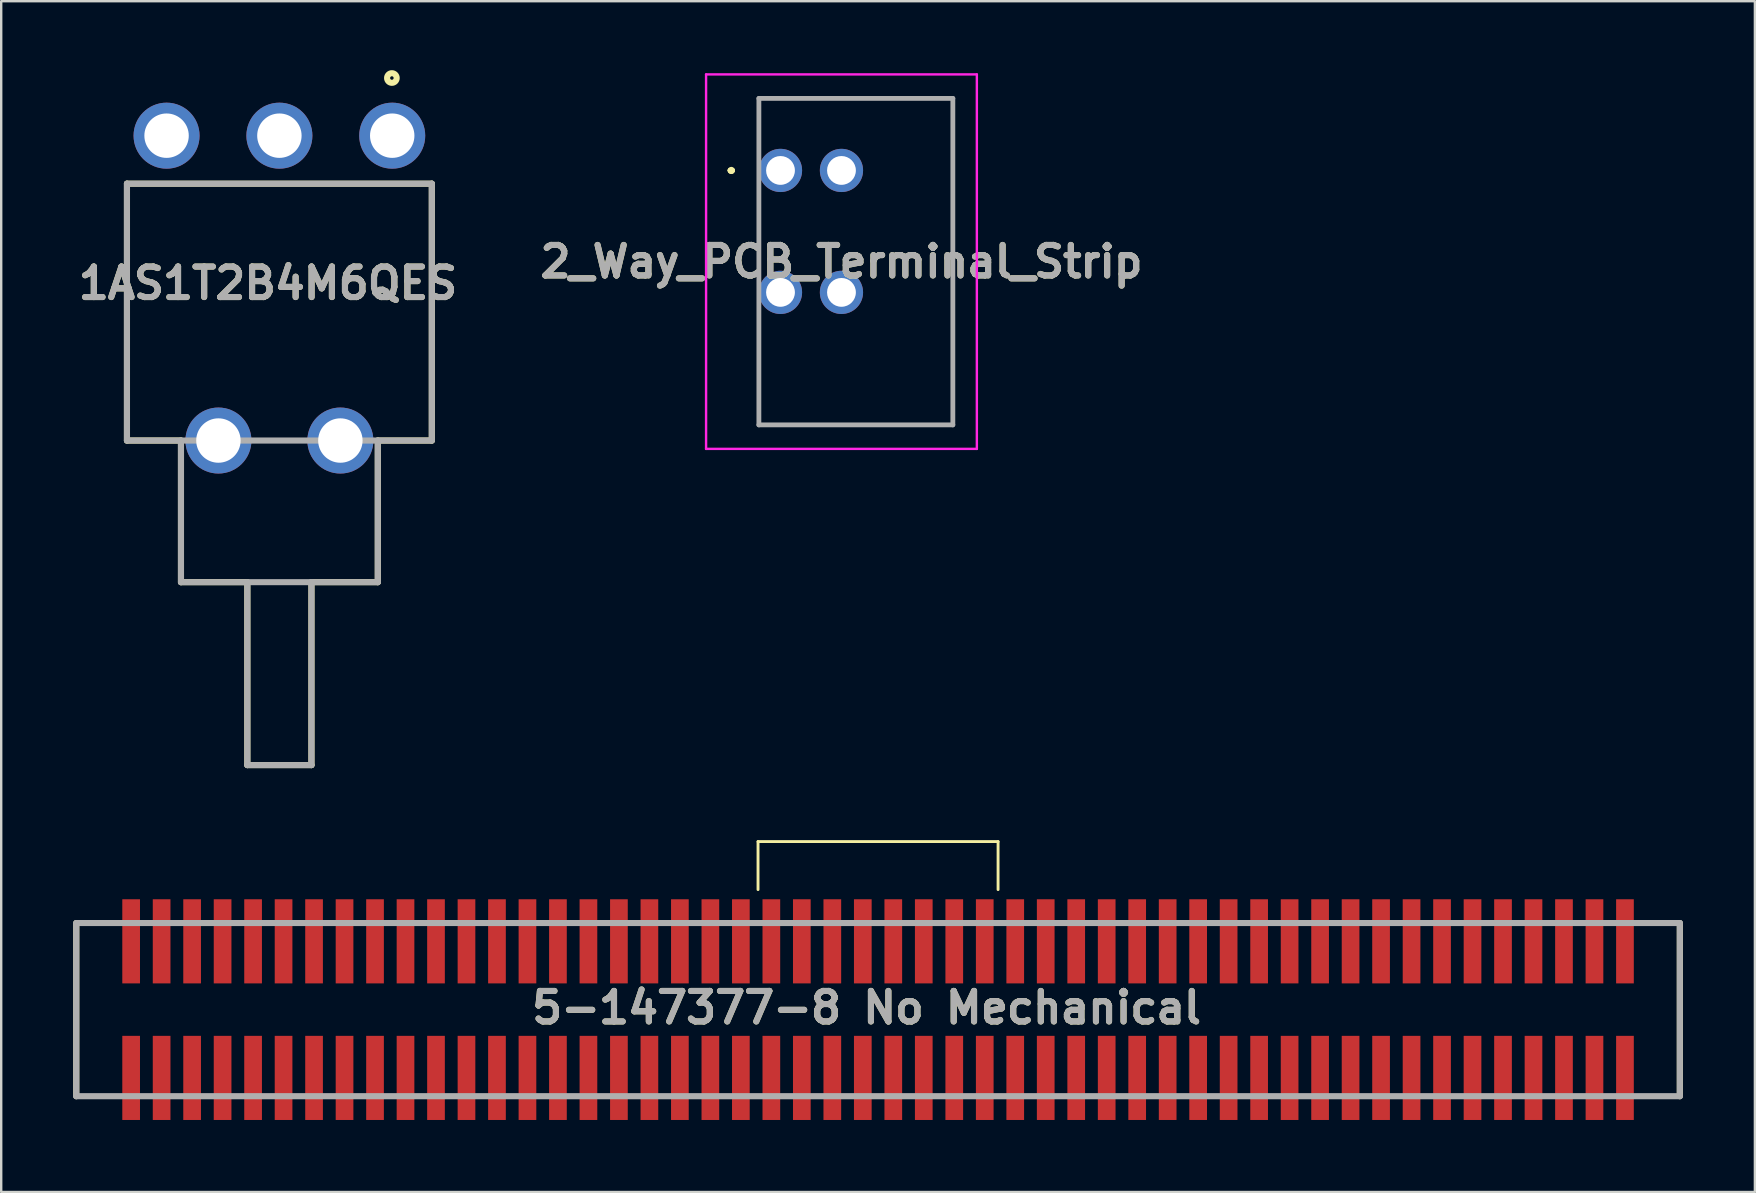
<source format=kicad_pcb>
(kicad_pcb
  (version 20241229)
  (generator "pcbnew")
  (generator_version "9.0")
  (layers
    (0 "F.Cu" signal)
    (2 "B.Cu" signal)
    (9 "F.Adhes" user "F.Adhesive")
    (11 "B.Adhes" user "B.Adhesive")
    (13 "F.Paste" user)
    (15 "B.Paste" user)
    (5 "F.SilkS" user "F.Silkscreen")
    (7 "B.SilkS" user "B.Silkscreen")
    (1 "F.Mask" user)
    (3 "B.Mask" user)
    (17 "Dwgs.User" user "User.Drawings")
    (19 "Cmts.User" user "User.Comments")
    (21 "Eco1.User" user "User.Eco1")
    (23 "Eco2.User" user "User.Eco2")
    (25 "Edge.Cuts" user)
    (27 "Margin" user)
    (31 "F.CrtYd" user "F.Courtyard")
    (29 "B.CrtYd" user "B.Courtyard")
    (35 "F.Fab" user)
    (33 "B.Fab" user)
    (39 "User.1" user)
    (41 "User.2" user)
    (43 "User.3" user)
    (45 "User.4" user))
  (footprint "5-147377-8 No Mechanical"
    (layer "F.Cu")
    (at 33.528 39.009)
    (property "Reference" "5-147377-8 No Mechanical" (at -0.477 -0.082 0) (layer "F.SilkS") (effects (font (size 1.27 1.27) (thickness 0.254))))
    (attr smd)
    (fp_line (start -33.401 -3.607) (end -33.401 3.607) (stroke (width 0.254) (type solid)) (layer "F.SilkS"))
    (fp_line (start -5 -7) (end 5 -7) (stroke (width 0.12) (type default)) (layer "F.SilkS"))
    (fp_line (start -5 -5) (end -5 -7) (stroke (width 0.12) (type default)) (layer "F.SilkS"))
    (fp_line (start 5 -7) (end 5 -5) (stroke (width 0.12) (type default)) (layer "F.SilkS"))
    (fp_line (start 33.401 3.607) (end 33.401 -3.607) (stroke (width 0.254) (type solid)) (layer "F.SilkS"))
    (fp_line (start -33.401 -3.607) (end 33.401 -3.607) (stroke (width 0.254) (type solid)) (layer "F.Fab"))
    (fp_line (start -33.401 3.607) (end -33.401 -3.607) (stroke (width 0.254) (type solid)) (layer "F.Fab"))
    (fp_line (start 33.401 -3.607) (end 33.401 3.607) (stroke (width 0.254) (type solid)) (layer "F.Fab"))
    (fp_line (start 33.401 3.607) (end -33.401 3.607) (stroke (width 0.254) (type solid)) (layer "F.Fab"))
    (fp_text user "${REFERENCE}" (at -0.477 -0.082 0) (layer "F.Fab") (effects (font (size 1.27 1.27) (thickness 0.254))))
    (pad "1" smd rect (at -31.115 -2.845) (size 0.737 3.505) (layers "F.Cu" "F.Mask" "F.Paste"))
    (pad "2" smd rect (at -29.845 -2.845) (size 0.737 3.505) (layers "F.Cu" "F.Mask" "F.Paste"))
    (pad "3" smd rect (at -28.575 -2.845) (size 0.737 3.505) (layers "F.Cu" "F.Mask" "F.Paste"))
    (pad "4" smd rect (at -27.305 -2.845) (size 0.737 3.505) (layers "F.Cu" "F.Mask" "F.Paste"))
    (pad "5" smd rect (at -26.035 -2.845) (size 0.737 3.505) (layers "F.Cu" "F.Mask" "F.Paste"))
    (pad "6" smd rect (at -24.765 -2.845) (size 0.737 3.505) (layers "F.Cu" "F.Mask" "F.Paste"))
    (pad "7" smd rect (at -23.495 -2.845) (size 0.737 3.505) (layers "F.Cu" "F.Mask" "F.Paste"))
    (pad "8" smd rect (at -22.225 -2.845) (size 0.737 3.505) (layers "F.Cu" "F.Mask" "F.Paste"))
    (pad "9" smd rect (at -20.955 -2.845) (size 0.737 3.505) (layers "F.Cu" "F.Mask" "F.Paste"))
    (pad "10" smd rect (at -19.685 -2.845) (size 0.737 3.505) (layers "F.Cu" "F.Mask" "F.Paste"))
    (pad "11" smd rect (at -18.415 -2.845) (size 0.737 3.505) (layers "F.Cu" "F.Mask" "F.Paste"))
    (pad "12" smd rect (at -17.145 -2.845) (size 0.737 3.505) (layers "F.Cu" "F.Mask" "F.Paste"))
    (pad "13" smd rect (at -15.875 -2.845) (size 0.737 3.505) (layers "F.Cu" "F.Mask" "F.Paste"))
    (pad "14" smd rect (at -14.605 -2.845) (size 0.737 3.505) (layers "F.Cu" "F.Mask" "F.Paste"))
    (pad "15" smd rect (at -13.335 -2.845) (size 0.737 3.505) (layers "F.Cu" "F.Mask" "F.Paste"))
    (pad "16" smd rect (at -12.065 -2.845) (size 0.737 3.505) (layers "F.Cu" "F.Mask" "F.Paste"))
    (pad "17" smd rect (at -10.795 -2.845) (size 0.737 3.505) (layers "F.Cu" "F.Mask" "F.Paste"))
    (pad "18" smd rect (at -9.525 -2.845) (size 0.737 3.505) (layers "F.Cu" "F.Mask" "F.Paste"))
    (pad "19" smd rect (at -8.255 -2.845) (size 0.737 3.505) (layers "F.Cu" "F.Mask" "F.Paste"))
    (pad "20" smd rect (at -6.985 -2.845) (size 0.737 3.505) (layers "F.Cu" "F.Mask" "F.Paste"))
    (pad "21" smd rect (at -5.715 -2.845) (size 0.737 3.505) (layers "F.Cu" "F.Mask" "F.Paste"))
    (pad "22" smd rect (at -4.445 -2.845) (size 0.737 3.505) (layers "F.Cu" "F.Mask" "F.Paste"))
    (pad "23" smd rect (at -3.175 -2.845) (size 0.737 3.505) (layers "F.Cu" "F.Mask" "F.Paste"))
    (pad "24" smd rect (at -1.905 -2.845) (size 0.737 3.505) (layers "F.Cu" "F.Mask" "F.Paste"))
    (pad "25" smd rect (at -0.635 -2.845) (size 0.737 3.505) (layers "F.Cu" "F.Mask" "F.Paste"))
    (pad "26" smd rect (at 0.635 -2.845) (size 0.737 3.505) (layers "F.Cu" "F.Mask" "F.Paste"))
    (pad "27" smd rect (at 1.905 -2.845) (size 0.737 3.505) (layers "F.Cu" "F.Mask" "F.Paste"))
    (pad "28" smd rect (at 3.175 -2.845) (size 0.737 3.505) (layers "F.Cu" "F.Mask" "F.Paste"))
    (pad "29" smd rect (at 4.445 -2.845) (size 0.737 3.505) (layers "F.Cu" "F.Mask" "F.Paste"))
    (pad "30" smd rect (at 5.715 -2.845) (size 0.737 3.505) (layers "F.Cu" "F.Mask" "F.Paste"))
    (pad "31" smd rect (at 6.985 -2.845) (size 0.737 3.505) (layers "F.Cu" "F.Mask" "F.Paste"))
    (pad "32" smd rect (at 8.255 -2.845) (size 0.737 3.505) (layers "F.Cu" "F.Mask" "F.Paste"))
    (pad "33" smd rect (at 9.525 -2.845) (size 0.737 3.505) (layers "F.Cu" "F.Mask" "F.Paste"))
    (pad "34" smd rect (at 10.795 -2.845) (size 0.737 3.505) (layers "F.Cu" "F.Mask" "F.Paste"))
    (pad "35" smd rect (at 12.065 -2.845) (size 0.737 3.505) (layers "F.Cu" "F.Mask" "F.Paste"))
    (pad "36" smd rect (at 13.335 -2.845) (size 0.737 3.505) (layers "F.Cu" "F.Mask" "F.Paste"))
    (pad "37" smd rect (at 14.605 -2.845) (size 0.737 3.505) (layers "F.Cu" "F.Mask" "F.Paste"))
    (pad "38" smd rect (at 15.875 -2.845) (size 0.737 3.505) (layers "F.Cu" "F.Mask" "F.Paste"))
    (pad "39" smd rect (at 17.145 -2.845) (size 0.737 3.505) (layers "F.Cu" "F.Mask" "F.Paste"))
    (pad "40" smd rect (at 18.415 -2.845) (size 0.737 3.505) (layers "F.Cu" "F.Mask" "F.Paste"))
    (pad "41" smd rect (at 19.685 -2.845) (size 0.737 3.505) (layers "F.Cu" "F.Mask" "F.Paste"))
    (pad "42" smd rect (at 20.955 -2.845) (size 0.737 3.505) (layers "F.Cu" "F.Mask" "F.Paste"))
    (pad "43" smd rect (at 22.225 -2.845) (size 0.737 3.505) (layers "F.Cu" "F.Mask" "F.Paste"))
    (pad "44" smd rect (at 23.495 -2.845) (size 0.737 3.505) (layers "F.Cu" "F.Mask" "F.Paste"))
    (pad "45" smd rect (at 24.765 -2.845) (size 0.737 3.505) (layers "F.Cu" "F.Mask" "F.Paste"))
    (pad "46" smd rect (at 26.035 -2.845) (size 0.737 3.505) (layers "F.Cu" "F.Mask" "F.Paste"))
    (pad "47" smd rect (at 27.305 -2.845) (size 0.737 3.505) (layers "F.Cu" "F.Mask" "F.Paste"))
    (pad "48" smd rect (at 28.575 -2.845) (size 0.737 3.505) (layers "F.Cu" "F.Mask" "F.Paste"))
    (pad "49" smd rect (at 29.845 -2.845) (size 0.737 3.505) (layers "F.Cu" "F.Mask" "F.Paste"))
    (pad "50" smd rect (at 31.115 -2.845) (size 0.737 3.505) (layers "F.Cu" "F.Mask" "F.Paste"))
    (pad "51" smd rect (at -31.115 2.845) (size 0.737 3.505) (layers "F.Cu" "F.Mask" "F.Paste"))
    (pad "52" smd rect (at -29.845 2.845) (size 0.737 3.505) (layers "F.Cu" "F.Mask" "F.Paste"))
    (pad "53" smd rect (at -28.575 2.845) (size 0.737 3.505) (layers "F.Cu" "F.Mask" "F.Paste"))
    (pad "54" smd rect (at -27.305 2.845) (size 0.737 3.505) (layers "F.Cu" "F.Mask" "F.Paste"))
    (pad "55" smd rect (at -26.035 2.845) (size 0.737 3.505) (layers "F.Cu" "F.Mask" "F.Paste"))
    (pad "56" smd rect (at -24.765 2.845) (size 0.737 3.505) (layers "F.Cu" "F.Mask" "F.Paste"))
    (pad "57" smd rect (at -23.495 2.845) (size 0.737 3.505) (layers "F.Cu" "F.Mask" "F.Paste"))
    (pad "58" smd rect (at -22.225 2.845) (size 0.737 3.505) (layers "F.Cu" "F.Mask" "F.Paste"))
    (pad "59" smd rect (at -20.955 2.845) (size 0.737 3.505) (layers "F.Cu" "F.Mask" "F.Paste"))
    (pad "60" smd rect (at -19.685 2.845) (size 0.737 3.505) (layers "F.Cu" "F.Mask" "F.Paste"))
    (pad "61" smd rect (at -18.415 2.845) (size 0.737 3.505) (layers "F.Cu" "F.Mask" "F.Paste"))
    (pad "62" smd rect (at -17.145 2.845) (size 0.737 3.505) (layers "F.Cu" "F.Mask" "F.Paste"))
    (pad "63" smd rect (at -15.875 2.845) (size 0.737 3.505) (layers "F.Cu" "F.Mask" "F.Paste"))
    (pad "64" smd rect (at -14.605 2.845) (size 0.737 3.505) (layers "F.Cu" "F.Mask" "F.Paste"))
    (pad "65" smd rect (at -13.335 2.845) (size 0.737 3.505) (layers "F.Cu" "F.Mask" "F.Paste"))
    (pad "66" smd rect (at -12.065 2.845) (size 0.737 3.505) (layers "F.Cu" "F.Mask" "F.Paste"))
    (pad "67" smd rect (at -10.795 2.845) (size 0.737 3.505) (layers "F.Cu" "F.Mask" "F.Paste"))
    (pad "68" smd rect (at -9.525 2.845) (size 0.737 3.505) (layers "F.Cu" "F.Mask" "F.Paste"))
    (pad "69" smd rect (at -8.255 2.845) (size 0.737 3.505) (layers "F.Cu" "F.Mask" "F.Paste"))
    (pad "70" smd rect (at -6.985 2.845) (size 0.737 3.505) (layers "F.Cu" "F.Mask" "F.Paste"))
    (pad "71" smd rect (at -5.715 2.845) (size 0.737 3.505) (layers "F.Cu" "F.Mask" "F.Paste"))
    (pad "72" smd rect (at -4.445 2.845) (size 0.737 3.505) (layers "F.Cu" "F.Mask" "F.Paste"))
    (pad "73" smd rect (at -3.175 2.845) (size 0.737 3.505) (layers "F.Cu" "F.Mask" "F.Paste"))
    (pad "74" smd rect (at -1.905 2.845) (size 0.737 3.505) (layers "F.Cu" "F.Mask" "F.Paste"))
    (pad "75" smd rect (at -0.635 2.845) (size 0.737 3.505) (layers "F.Cu" "F.Mask" "F.Paste"))
    (pad "76" smd rect (at 0.635 2.845) (size 0.737 3.505) (layers "F.Cu" "F.Mask" "F.Paste"))
    (pad "77" smd rect (at 1.905 2.845) (size 0.737 3.505) (layers "F.Cu" "F.Mask" "F.Paste"))
    (pad "78" smd rect (at 3.175 2.845) (size 0.737 3.505) (layers "F.Cu" "F.Mask" "F.Paste"))
    (pad "79" smd rect (at 4.445 2.845) (size 0.737 3.505) (layers "F.Cu" "F.Mask" "F.Paste"))
    (pad "80" smd rect (at 5.715 2.845) (size 0.737 3.505) (layers "F.Cu" "F.Mask" "F.Paste"))
    (pad "81" smd rect (at 6.985 2.845) (size 0.737 3.505) (layers "F.Cu" "F.Mask" "F.Paste"))
    (pad "82" smd rect (at 8.255 2.845) (size 0.737 3.505) (layers "F.Cu" "F.Mask" "F.Paste"))
    (pad "83" smd rect (at 9.525 2.845) (size 0.737 3.505) (layers "F.Cu" "F.Mask" "F.Paste"))
    (pad "84" smd rect (at 10.795 2.845) (size 0.737 3.505) (layers "F.Cu" "F.Mask" "F.Paste"))
    (pad "85" smd rect (at 12.065 2.845) (size 0.737 3.505) (layers "F.Cu" "F.Mask" "F.Paste"))
    (pad "86" smd rect (at 13.335 2.845) (size 0.737 3.505) (layers "F.Cu" "F.Mask" "F.Paste"))
    (pad "87" smd rect (at 14.605 2.845) (size 0.737 3.505) (layers "F.Cu" "F.Mask" "F.Paste"))
    (pad "88" smd rect (at 15.875 2.845) (size 0.737 3.505) (layers "F.Cu" "F.Mask" "F.Paste"))
    (pad "89" smd rect (at 17.145 2.845) (size 0.737 3.505) (layers "F.Cu" "F.Mask" "F.Paste"))
    (pad "90" smd rect (at 18.415 2.845) (size 0.737 3.505) (layers "F.Cu" "F.Mask" "F.Paste"))
    (pad "91" smd rect (at 19.685 2.845) (size 0.737 3.505) (layers "F.Cu" "F.Mask" "F.Paste"))
    (pad "92" smd rect (at 20.955 2.845) (size 0.737 3.505) (layers "F.Cu" "F.Mask" "F.Paste"))
    (pad "93" smd rect (at 22.225 2.845) (size 0.737 3.505) (layers "F.Cu" "F.Mask" "F.Paste"))
    (pad "94" smd rect (at 23.495 2.845) (size 0.737 3.505) (layers "F.Cu" "F.Mask" "F.Paste"))
    (pad "95" smd rect (at 24.765 2.845) (size 0.737 3.505) (layers "F.Cu" "F.Mask" "F.Paste"))
    (pad "96" smd rect (at 26.035 2.845) (size 0.737 3.505) (layers "F.Cu" "F.Mask" "F.Paste"))
    (pad "97" smd rect (at 27.305 2.845) (size 0.737 3.505) (layers "F.Cu" "F.Mask" "F.Paste"))
    (pad "98" smd rect (at 28.575 2.845) (size 0.737 3.505) (layers "F.Cu" "F.Mask" "F.Paste"))
    (pad "99" smd rect (at 29.845 2.845) (size 0.737 3.505) (layers "F.Cu" "F.Mask" "F.Paste"))
    (pad "100" smd rect (at 31.115 2.845) (size 0.737 3.505) (layers "F.Cu" "F.Mask" "F.Paste")))
  (footprint "2_Way_PCB_Terminal_Strip"
    (layer "F.Cu")
    (at 29.464 4.05)
    (property "Reference" "2_Way_PCB_Terminal_Strip" (at 2.54 3.8 0) (layer "F.SilkS") (effects (font (size 1.27 1.27) (thickness 0.254))))
    (attr through_hole)
    (fp_line (start -2.1 0) (end -2.1 0) (stroke (width 0.2) (type solid)) (layer "F.SilkS"))
    (fp_line (start -2.1 0) (end -2.1 0) (stroke (width 0.2) (type solid)) (layer "F.SilkS"))
    (fp_line (start -2 0) (end -2 0) (stroke (width 0.2) (type solid)) (layer "F.SilkS"))
    (fp_line (start -0.9 -3) (end -0.9 -3) (stroke (width 0.1) (type solid)) (layer "F.SilkS"))
    (fp_line (start -0.9 -3) (end -0.9 -3) (stroke (width 0.1) (type solid)) (layer "F.SilkS"))
    (fp_line (start -0.9 -3) (end -0.9 -1.25) (stroke (width 0.1) (type solid)) (layer "F.SilkS"))
    (fp_line (start -0.9 -3) (end 7.18 -3) (stroke (width 0.1) (type solid)) (layer "F.SilkS"))
    (fp_line (start -0.9 -1.25) (end -0.9 -3) (stroke (width 0.1) (type solid)) (layer "F.SilkS"))
    (fp_line (start -0.9 -1.25) (end -0.9 -1.25) (stroke (width 0.1) (type solid)) (layer "F.SilkS"))
    (fp_line (start -0.9 1.25) (end -0.9 1.25) (stroke (width 0.1) (type solid)) (layer "F.SilkS"))
    (fp_line (start -0.9 1.25) (end -0.9 3.75) (stroke (width 0.1) (type solid)) (layer "F.SilkS"))
    (fp_line (start -0.9 3.75) (end -0.9 1.25) (stroke (width 0.1) (type solid)) (layer "F.SilkS"))
    (fp_line (start -0.9 3.75) (end -0.9 3.75) (stroke (width 0.1) (type solid)) (layer "F.SilkS"))
    (fp_line (start -0.9 6.25) (end -0.9 6.25) (stroke (width 0.1) (type solid)) (layer "F.SilkS"))
    (fp_line (start -0.9 6.25) (end -0.9 10.6) (stroke (width 0.1) (type solid)) (layer "F.SilkS"))
    (fp_line (start -0.9 10.6) (end -0.9 6.25) (stroke (width 0.1) (type solid)) (layer "F.SilkS"))
    (fp_line (start -0.9 10.6) (end -0.9 10.6) (stroke (width 0.1) (type solid)) (layer "F.SilkS"))
    (fp_line (start -0.9 10.6) (end -0.9 10.6) (stroke (width 0.1) (type solid)) (layer "F.SilkS"))
    (fp_line (start -0.9 10.6) (end 7.18 10.6) (stroke (width 0.1) (type solid)) (layer "F.SilkS"))
    (fp_line (start 7.18 -3) (end -0.9 -3) (stroke (width 0.1) (type solid)) (layer "F.SilkS"))
    (fp_line (start 7.18 -3) (end 7.18 -3) (stroke (width 0.1) (type solid)) (layer "F.SilkS"))
    (fp_line (start 7.18 -3) (end 7.18 -3) (stroke (width 0.1) (type solid)) (layer "F.SilkS"))
    (fp_line (start 7.18 -3) (end 7.18 10.6) (stroke (width 0.1) (type solid)) (layer "F.SilkS"))
    (fp_line (start 7.18 10.6) (end -0.9 10.6) (stroke (width 0.1) (type solid)) (layer "F.SilkS"))
    (fp_line (start 7.18 10.6) (end 7.18 -3) (stroke (width 0.1) (type solid)) (layer "F.SilkS"))
    (fp_line (start 7.18 10.6) (end 7.18 10.6) (stroke (width 0.1) (type solid)) (layer "F.SilkS"))
    (fp_line (start 7.18 10.6) (end 7.18 10.6) (stroke (width 0.1) (type solid)) (layer "F.SilkS"))
    (fp_arc (start -2.1 0) (mid -2.05 -0.05) (end -2 0) (stroke (width 0.2) (type solid)) (layer "F.SilkS"))
    (fp_arc (start -2 0) (mid -2.05 0.05) (end -2.1 0) (stroke (width 0.2) (type solid)) (layer "F.SilkS"))
    (fp_arc (start -2 0) (mid -2.05 0.05) (end -2.1 0) (stroke (width 0.2) (type solid)) (layer "F.SilkS"))
    (fp_line (start -3.1 -4) (end 8.18 -4) (stroke (width 0.1) (type solid)) (layer "F.CrtYd"))
    (fp_line (start -3.1 11.6) (end -3.1 -4) (stroke (width 0.1) (type solid)) (layer "F.CrtYd"))
    (fp_line (start 8.18 -4) (end 8.18 11.6) (stroke (width 0.1) (type solid)) (layer "F.CrtYd"))
    (fp_line (start 8.18 11.6) (end -3.1 11.6) (stroke (width 0.1) (type solid)) (layer "F.CrtYd"))
    (fp_line (start -0.9 -3) (end -0.9 10.6) (stroke (width 0.2) (type solid)) (layer "F.Fab"))
    (fp_line (start -0.9 10.6) (end 7.18 10.6) (stroke (width 0.2) (type solid)) (layer "F.Fab"))
    (fp_line (start 7.18 -3) (end -0.9 -3) (stroke (width 0.2) (type solid)) (layer "F.Fab"))
    (fp_line (start 7.18 10.6) (end 7.18 -3) (stroke (width 0.2) (type solid)) (layer "F.Fab"))
    (fp_text user "${REFERENCE}" (at 2.54 3.8 0) (layer "F.Fab") (effects (font (size 1.27 1.27) (thickness 0.254))))
    (pad "1" thru_hole circle (at 0 0) (size 1.8 1.8) (drill 1.2) (layers "*.Cu" "*.Mask"))
    (pad "2" thru_hole circle (at 0 5.08) (size 1.8 1.8) (drill 1.2) (layers "*.Cu" "*.Mask"))
    (pad "3" thru_hole circle (at 2.54 0) (size 1.8 1.8) (drill 1.2) (layers "*.Cu" "*.Mask"))
    (pad "4" thru_hole circle (at 2.54 5.08) (size 1.8 1.8) (drill 1.2) (layers "*.Cu" "*.Mask")))
  (footprint "1AS1T2B4M6QES"
    (layer "F.Cu")
    (at 8.589 21.202)
    (property "Reference" "1AS1T2B4M6QES" (at -0.473 -12.452 0) (layer "F.SilkS") (effects (font (size 1.27 1.27) (thickness 0.254))))
    (attr through_hole)
    (fp_line (start -6.35 -16.6) (end -6.35 -5.9) (stroke (width 0.254) (type solid)) (layer "F.SilkS"))
    (fp_line (start -6.35 -5.9) (end -4.1 -5.9) (stroke (width 0.254) (type solid)) (layer "F.SilkS"))
    (fp_line (start -4.1 -5.9) (end -4.1 0) (stroke (width 0.254) (type solid)) (layer "F.SilkS"))
    (fp_line (start -4.1 0) (end -1.335 0) (stroke (width 0.254) (type solid)) (layer "F.SilkS"))
    (fp_line (start -1.335 0) (end -1.335 7.62) (stroke (width 0.254) (type solid)) (layer "F.SilkS"))
    (fp_line (start -1.335 7.62) (end 1.335 7.62) (stroke (width 0.254) (type solid)) (layer "F.SilkS"))
    (fp_line (start 1.335 0) (end 4.1 0) (stroke (width 0.254) (type solid)) (layer "F.SilkS"))
    (fp_line (start 1.335 7.62) (end 1.335 0) (stroke (width 0.254) (type solid)) (layer "F.SilkS"))
    (fp_line (start 4.1 -5.9) (end 6.35 -5.9) (stroke (width 0.254) (type solid)) (layer "F.SilkS"))
    (fp_line (start 4.1 0) (end 4.1 -5.9) (stroke (width 0.254) (type solid)) (layer "F.SilkS"))
    (fp_line (start 6.35 -16.6) (end -6.35 -16.6) (stroke (width 0.254) (type solid)) (layer "F.SilkS"))
    (fp_line (start 6.35 -5.9) (end 6.35 -16.6) (stroke (width 0.254) (type solid)) (layer "F.SilkS"))
    (fp_circle (center 4.686 -21.002) (end 4.686 -20.929) (stroke (width 0.254) (type solid)) (fill no) (layer "F.SilkS"))
    (fp_line (start -6.35 -16.6) (end 6.35 -16.6) (stroke (width 0.254) (type solid)) (layer "F.Fab"))
    (fp_line (start -6.35 -5.9) (end -6.35 -16.6) (stroke (width 0.254) (type solid)) (layer "F.Fab"))
    (fp_line (start -4.1 -5.9) (end -4.1 0) (stroke (width 0.254) (type solid)) (layer "F.Fab"))
    (fp_line (start -4.1 0) (end 4.1 0) (stroke (width 0.254) (type solid)) (layer "F.Fab"))
    (fp_line (start -1.335 0) (end -1.335 7.62) (stroke (width 0.254) (type solid)) (layer "F.Fab"))
    (fp_line (start -1.335 7.62) (end 1.335 7.62) (stroke (width 0.254) (type solid)) (layer "F.Fab"))
    (fp_line (start 1.335 7.62) (end 1.335 0) (stroke (width 0.254) (type solid)) (layer "F.Fab"))
    (fp_line (start 4.1 0) (end 4.1 -5.9) (stroke (width 0.254) (type solid)) (layer "F.Fab"))
    (fp_line (start 6.35 -16.6) (end 6.35 -5.9) (stroke (width 0.254) (type solid)) (layer "F.Fab"))
    (fp_line (start 6.35 -5.9) (end -6.35 -5.9) (stroke (width 0.254) (type solid)) (layer "F.Fab"))
    (fp_text user "${REFERENCE}" (at -0.473 -12.452 0) (layer "F.Fab") (effects (font (size 1.27 1.27) (thickness 0.254))))
    (pad "1" thru_hole circle (at 4.7 -18.6) (size 2.75 2.75) (drill 1.85) (layers "*.Cu" "*.Mask"))
    (pad "2" thru_hole circle (at 0 -18.6) (size 2.75 2.75) (drill 1.85) (layers "*.Cu" "*.Mask"))
    (pad "3" thru_hole circle (at -4.7 -18.6) (size 2.75 2.75) (drill 1.85) (layers "*.Cu" "*.Mask"))
    (pad "4" thru_hole circle (at 2.54 -5.9) (size 2.75 2.75) (drill 1.85) (layers "*.Cu" "*.Mask"))
    (pad "5" thru_hole circle (at -2.54 -5.9) (size 2.75 2.75) (drill 1.85) (layers "*.Cu" "*.Mask")))
  (gr_rect
    (start -3 -3)
    (end 70.056 46.606)
    (stroke (width 0.1) (type default))
    (fill no)
    (layer "Edge.Cuts")))
</source>
